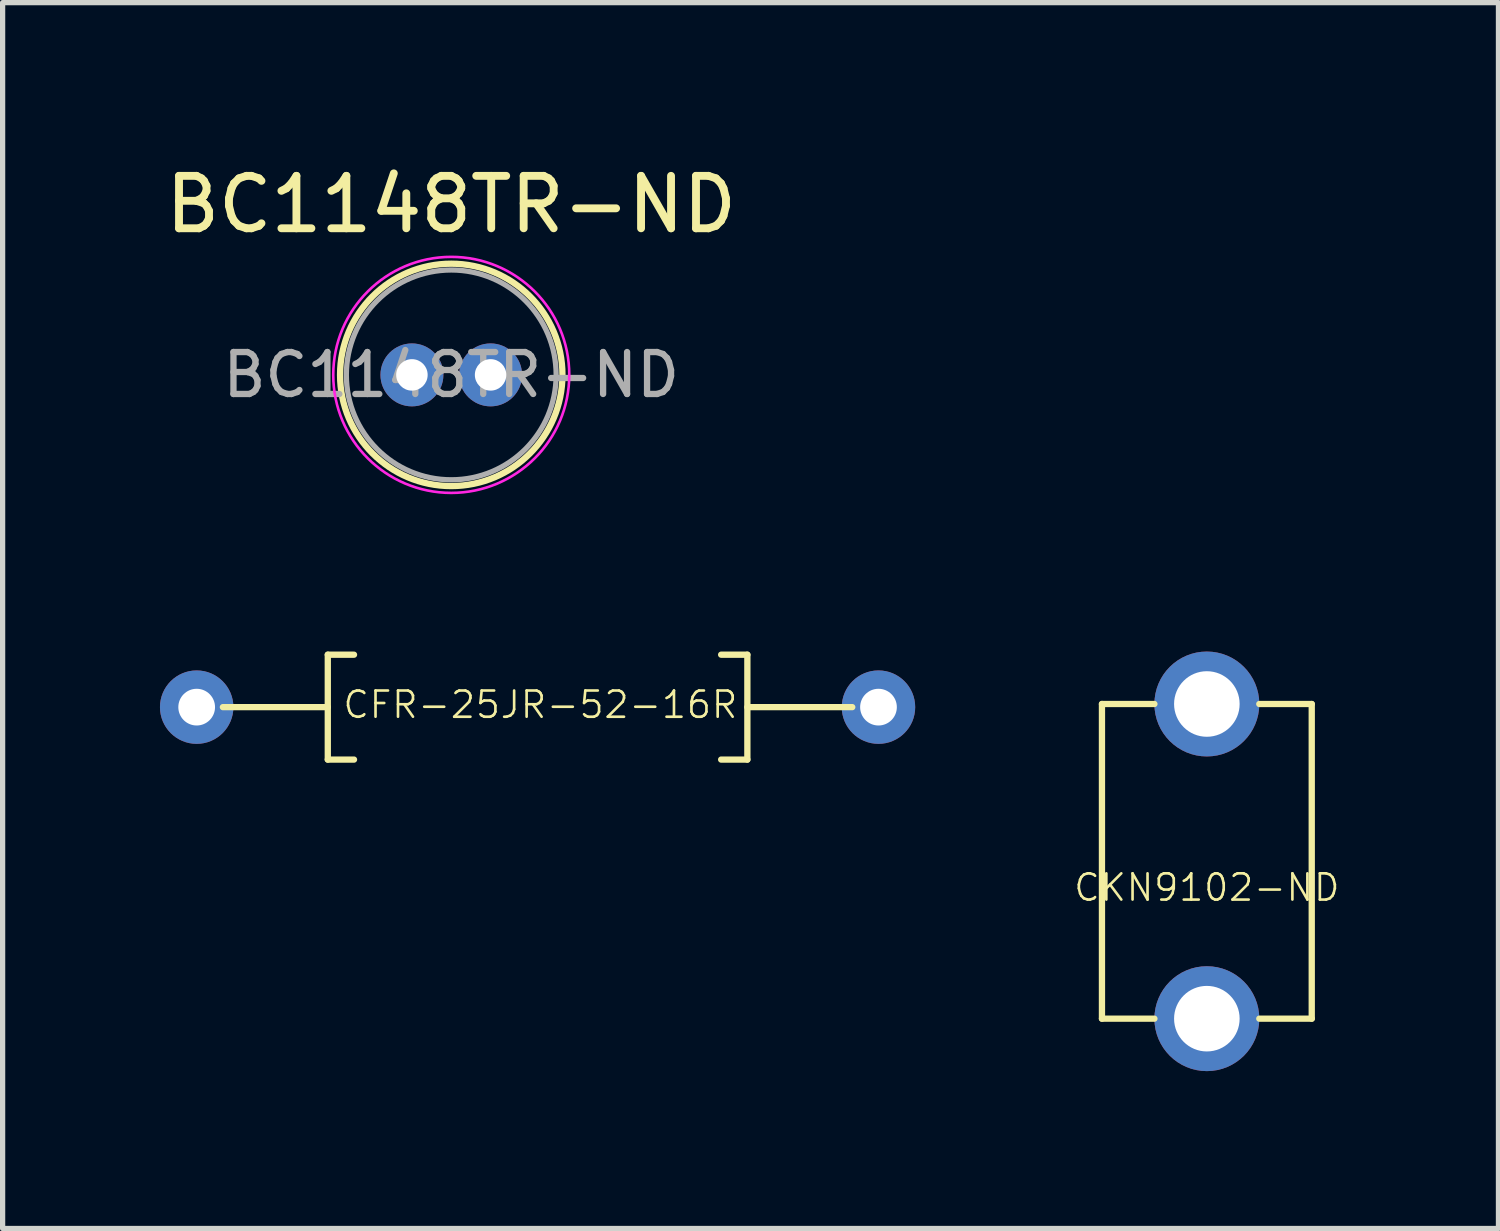
<source format=kicad_pcb>
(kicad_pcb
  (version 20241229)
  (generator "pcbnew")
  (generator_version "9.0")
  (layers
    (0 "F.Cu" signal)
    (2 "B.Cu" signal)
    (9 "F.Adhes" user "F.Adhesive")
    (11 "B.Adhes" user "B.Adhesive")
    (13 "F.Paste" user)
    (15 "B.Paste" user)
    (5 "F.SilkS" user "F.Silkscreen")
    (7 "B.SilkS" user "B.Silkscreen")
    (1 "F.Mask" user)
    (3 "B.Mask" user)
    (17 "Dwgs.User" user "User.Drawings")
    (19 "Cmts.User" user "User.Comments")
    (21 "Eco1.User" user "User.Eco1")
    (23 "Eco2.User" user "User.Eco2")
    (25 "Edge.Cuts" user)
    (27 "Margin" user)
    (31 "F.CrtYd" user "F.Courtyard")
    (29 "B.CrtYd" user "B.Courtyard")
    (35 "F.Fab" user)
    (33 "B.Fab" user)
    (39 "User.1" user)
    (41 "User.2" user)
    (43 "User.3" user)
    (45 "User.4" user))
  (footprint "BC1148TR-ND"
    (layer "F.Cu")
    (at 4.804 4.098)
    (property "Reference" "BC1148TR-ND" (at 0.75 -3.25 0) (layer "F.SilkS") (effects (font (size 1 1) (thickness 0.15))))
    (attr through_hole)
    (fp_circle (center 0.75 0) (end 2.87 0) (stroke (width 0.12) (type solid)) (fill no) (layer "F.SilkS"))
    (fp_circle (center 0.75 0) (end 3 0) (stroke (width 0.05) (type solid)) (fill no) (layer "F.CrtYd"))
    (fp_circle (center 0.75 0) (end 2.75 0) (stroke (width 0.1) (type solid)) (fill no) (layer "F.Fab"))
    (fp_text user "${REFERENCE}" (at 0.75 0 0) (layer "F.Fab") (effects (font (size 0.8 0.8) (thickness 0.12))))
    (pad "1" thru_hole circle (at 0 0) (size 1.2 1.2) (drill 0.6) (layers "*.Cu" "*.Mask"))
    (pad "2" thru_hole circle (at 1.5 0) (size 1.2 1.2) (drill 0.6) (layers "*.Cu" "*.Mask")))
  (footprint "CFR-25JR-52-16R"
    (layer "F.Cu")
    (at 7.2 10.433)
    (property "Reference" "CFR-25JR-52-16R" (at 0.053 -0.046 0) (layer "F.SilkS") (effects (font (size 0.5 0.5) (thickness 0.05))))
    (attr through_hole)
    (fp_line (start -6 0) (end -4 0) (stroke (width 0.12) (type solid)) (layer "F.SilkS"))
    (fp_line (start -4 -1) (end -3.5 -1) (stroke (width 0.12) (type solid)) (layer "F.SilkS"))
    (fp_line (start -4 1) (end -4 -1) (stroke (width 0.12) (type solid)) (layer "F.SilkS"))
    (fp_line (start -4 1) (end -3.5 1) (stroke (width 0.12) (type solid)) (layer "F.SilkS"))
    (fp_line (start 3.5 -1) (end 4 -1) (stroke (width 0.12) (type solid)) (layer "F.SilkS"))
    (fp_line (start 3.5 1) (end 4 1) (stroke (width 0.12) (type solid)) (layer "F.SilkS"))
    (fp_line (start 4 0) (end 6 0) (stroke (width 0.12) (type solid)) (layer "F.SilkS"))
    (fp_line (start 4 1) (end 4 -1) (stroke (width 0.12) (type solid)) (layer "F.SilkS"))
    (pad "1" thru_hole circle (at -6.5 0) (size 1.4 1.4) (drill 0.7) (layers "*.Cu" "*.Mask"))
    (pad "2" thru_hole oval (at 6.5 0) (size 1.4 1.4) (drill 0.7) (layers "*.Cu" "*.Mask")))
  (footprint "CKN9102-ND"
    (layer "F.Cu")
    (at 19.961 13.373)
    (property "Reference" "CKN9102-ND" (at 0 0.5 0) (layer "F.SilkS") (effects (font (size 0.5 0.5) (thickness 0.05))))
    (attr through_hole)
    (fp_line (start -2 -3) (end -2 3) (stroke (width 0.12) (type solid)) (layer "F.SilkS"))
    (fp_line (start -2 -3) (end -1 -3) (stroke (width 0.12) (type solid)) (layer "F.SilkS"))
    (fp_line (start -2 3) (end -1 3) (stroke (width 0.12) (type solid)) (layer "F.SilkS"))
    (fp_line (start 1 -3) (end 2 -3) (stroke (width 0.12) (type solid)) (layer "F.SilkS"))
    (fp_line (start 1 3) (end 2 3) (stroke (width 0.12) (type solid)) (layer "F.SilkS"))
    (fp_line (start 2 -3) (end 2 3) (stroke (width 0.12) (type solid)) (layer "F.SilkS"))
    (pad "1" thru_hole circle (at 0 -3 180) (size 2 2) (drill 1.25) (layers "*.Cu" "*.Mask"))
    (pad "2" thru_hole circle (at 0 3 180) (size 2 2) (drill 1.25) (layers "*.Cu" "*.Mask")))
  (gr_rect
    (start -3 -3)
    (end 25.521 20.373)
    (stroke (width 0.1) (type default))
    (fill no)
    (layer "Edge.Cuts")))
</source>
